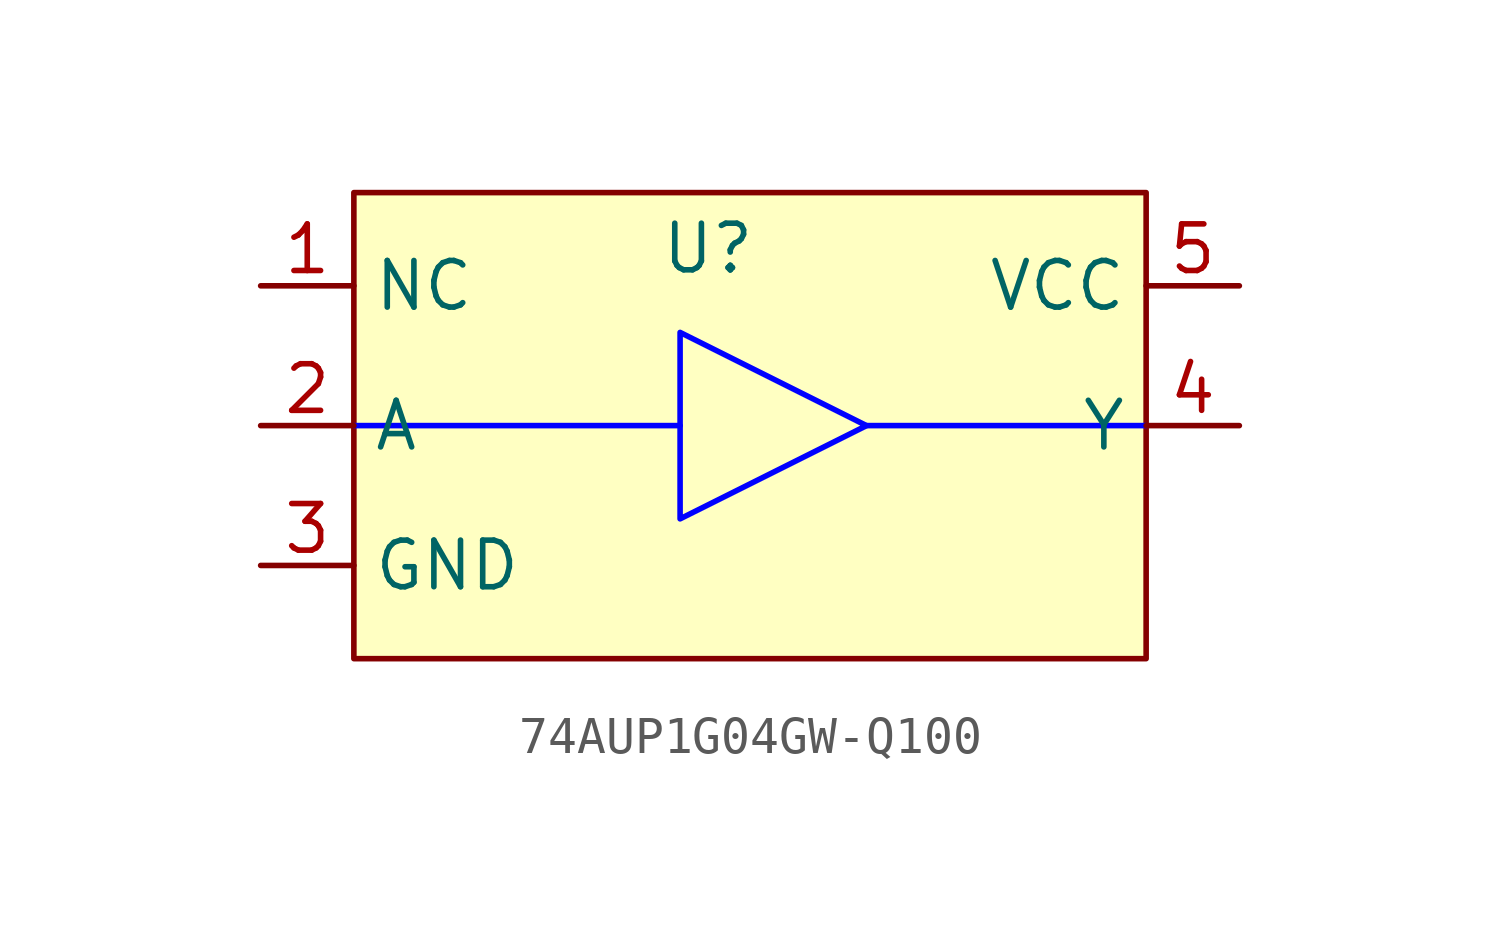
<source format=kicad_sym>
(kicad_symbol_lib
  (version 20241209)
  (generator "kicad_symbol_editor")
  (generator_version "9.0")
  (symbol "74AUP1G04GW-Q100"
    (property "Reference" "U"
      (at 3.302 3.556 0)
      (effects (font (size 1.27 1.27))))
    (property "Value" ""
      (at 0 0 0)
      (effects (font (size 1.27 1.27))))
    (symbol "74AUP1G04GW-Q100_1_1"
      (rectangle (start -6.35 5.08) (end 15.24 -7.62) (stroke (width 0) (type solid)) (fill (type background)))
      (polyline (pts (xy 2.54 1.27) (xy 2.54 -3.81) (xy 7.62 -1.27) (xy 2.54 1.27)) (stroke (width 0) (type solid) (color 0 0 255 1)) (fill (type none)))
      (polyline (pts (xy 2.54 -1.27) (xy -6.35 -1.27)) (stroke (width 0) (type solid) (color 0 0 255 1)) (fill (type none)))
      (polyline (pts (xy 7.62 -1.27) (xy 15.24 -1.27)) (stroke (width 0) (type solid) (color 0 0 255 1)) (fill (type none)))
      (pin passive line (at -8.89 2.54 0) (length 2.54) (name "NC" (effects (font (size 1.27 1.27)))) (number "1" (effects (font (size 1.27 1.27)))))
      (pin passive line (at -8.89 -1.27 0) (length 2.54) (name "A" (effects (font (size 1.27 1.27)))) (number "2" (effects (font (size 1.27 1.27)))))
      (pin passive line (at -8.89 -5.08 0) (length 2.54) (name "GND" (effects (font (size 1.27 1.27)))) (number "3" (effects (font (size 1.27 1.27)))))
      (pin passive line (at 17.78 2.54 180) (length 2.54) (name "VCC" (effects (font (size 1.27 1.27)))) (number "5" (effects (font (size 1.27 1.27)))))
      (pin passive line (at 17.78 -1.27 180) (length 2.54) (name "Y" (effects (font (size 1.27 1.27)))) (number "4" (effects (font (size 1.27 1.27))))))))
</source>
